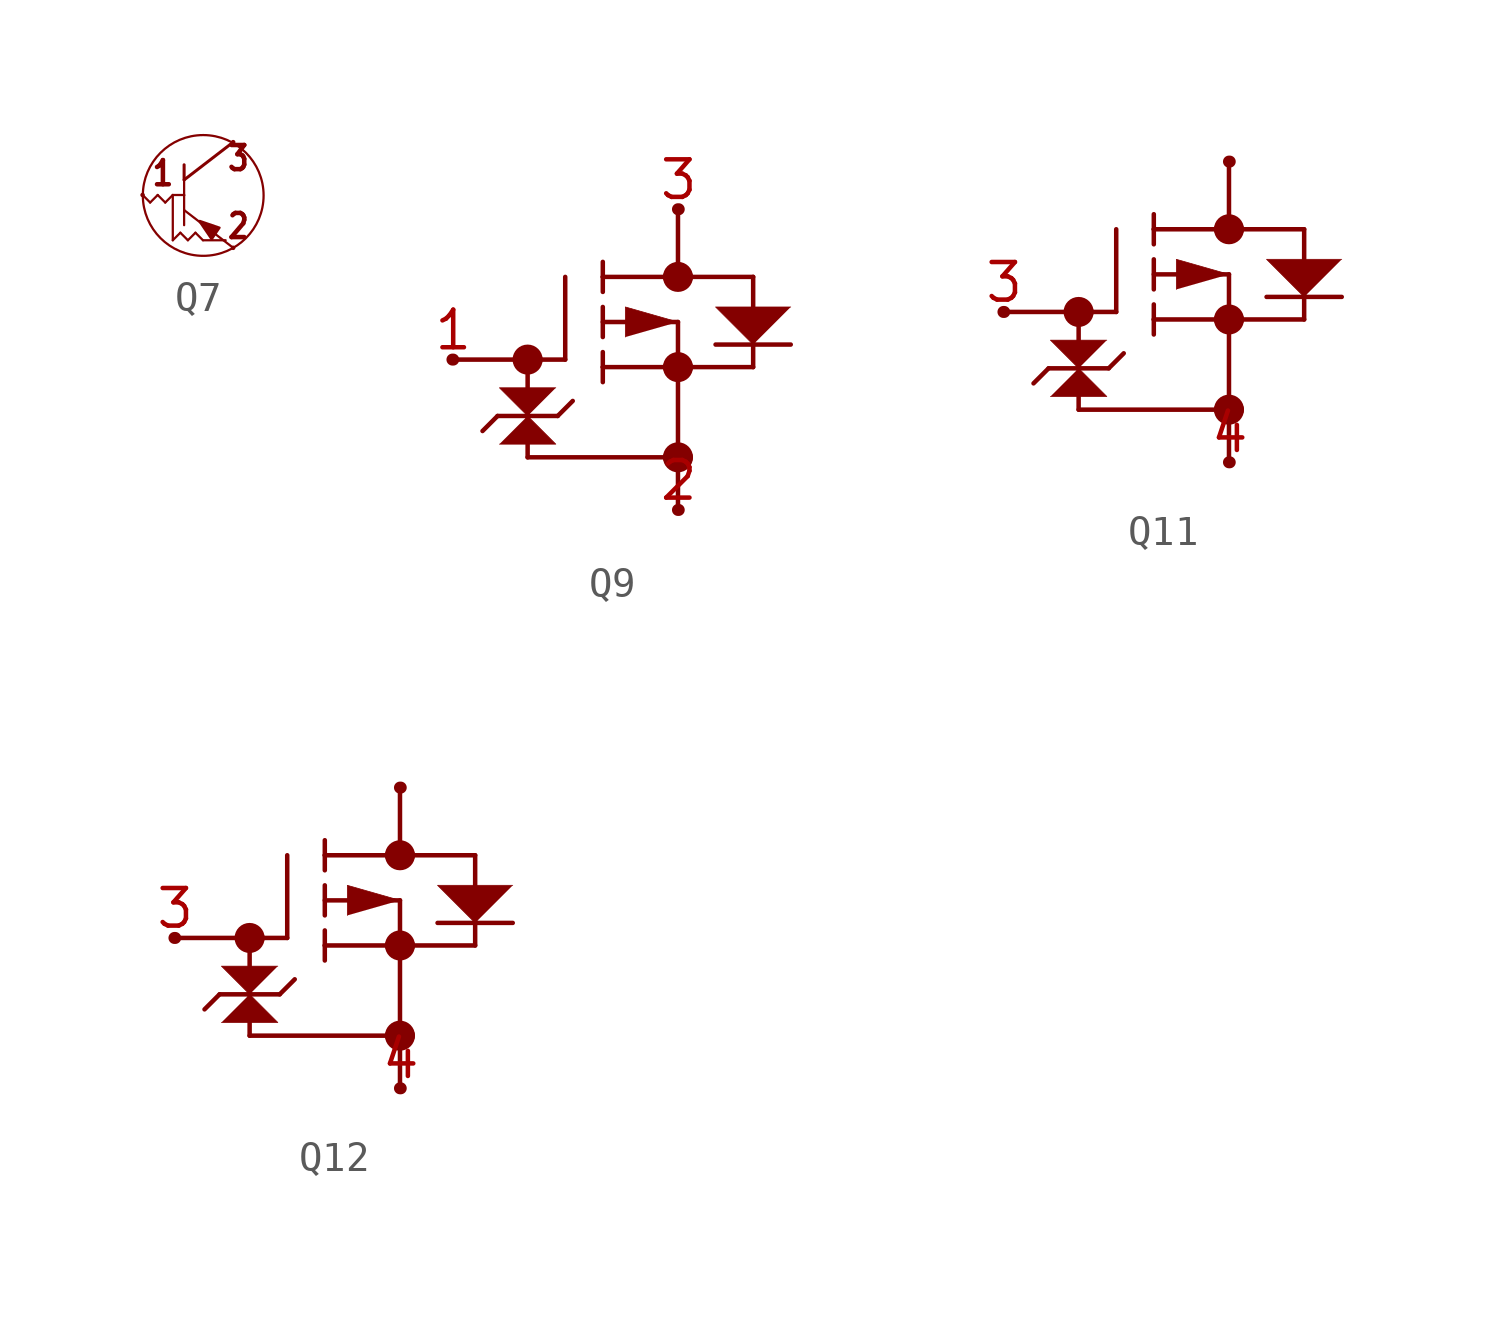
<source format=kicad_sym>
(kicad_symbol_lib
  (version 20231120)
  (generator "kicad_symbol_editor")
  (generator_version "8.0")
  (symbol "Q7"
    (property "Reference" ""
      (at -1.778 2.032 0)
      (effects (font (size 1.27 1.079)) (justify left bottom) (hide yes)))
    (property "ki_locked" ""
      (at 0 0 0)
      (effects (font (size 1.27 1.27))))
    (symbol "Q7_1_0"
      (polyline (pts (xy -1.524 -0.254) (xy -1.778 0)) (stroke (width 0.076) (type solid)) (fill (type none)))
      (polyline (pts (xy -1.27 0) (xy -1.524 -0.254)) (stroke (width 0.076) (type solid)) (fill (type none)))
      (polyline (pts (xy -1.016 -0.254) (xy -1.27 0)) (stroke (width 0.076) (type solid)) (fill (type none)))
      (polyline (pts (xy -0.762 -1.524) (xy -0.762 0)) (stroke (width 0.076) (type solid)) (fill (type none)))
      (polyline (pts (xy -0.762 0) (xy -1.016 -0.254)) (stroke (width 0.076) (type solid)) (fill (type none)))
      (polyline (pts (xy -0.762 0) (xy -0.381 0)) (stroke (width 0.076) (type solid)) (fill (type none)))
      (polyline (pts (xy -0.508 -1.27) (xy -0.762 -1.524)) (stroke (width 0.076) (type solid)) (fill (type none)))
      (polyline (pts (xy -0.381 -0.508) (xy -0.381 -1.016)) (stroke (width 0.076) (type solid)) (fill (type none)))
      (polyline (pts (xy -0.381 -0.508) (xy 1.27 -1.778)) (stroke (width 0.076) (type solid)) (fill (type none)))
      (polyline (pts (xy -0.381 -0.016) (xy -0.381 -0.508)) (stroke (width 0.076) (type solid)) (fill (type none)))
      (polyline (pts (xy -0.381 0) (xy -0.381 -0.016)) (stroke (width 0.076) (type solid)) (fill (type none)))
      (polyline (pts (xy -0.381 0.508) (xy -0.381 0)) (stroke (width 0.076) (type solid)) (fill (type none)))
      (polyline (pts (xy -0.381 0.508) (xy 1.27 1.778)) (stroke (width 0.102) (type solid)) (fill (type none)))
      (polyline (pts (xy -0.381 1.016) (xy -0.381 0.508)) (stroke (width 0.102) (type solid)) (fill (type none)))
      (polyline (pts (xy -0.254 -1.524) (xy -0.508 -1.27)) (stroke (width 0.076) (type solid)) (fill (type none)))
      (polyline (pts (xy 0 -1.27) (xy -0.254 -1.524)) (stroke (width 0.076) (type solid)) (fill (type none)))
      (polyline (pts (xy 0.254 -1.524) (xy 0 -1.27)) (stroke (width 0.076) (type solid)) (fill (type none)))
      (polyline (pts (xy 1.016 -1.524) (xy 0.254 -1.524)) (stroke (width 0.076) (type solid)) (fill (type none)))
      (polyline (pts (xy 0.13 -0.881) (xy 0.546 -1.493) (xy 0.812 -1.101) (xy 0.146 -0.873)) (stroke (width 0.076) (type solid)) (fill (type outline)))
      (circle (center 0.262 -0.016) (radius 2.032) (stroke (width 0.076) (type solid)) (fill (type none)))
      (text "1" (at -1.524 0.254 0) (effects (font (size 0.813 0.691)) (justify left bottom)))
      (text "2" (at 1.016 -1.524 0) (effects (font (size 0.813 0.691)) (justify left bottom)))
      (text "3" (at 1.016 0.762 0) (effects (font (size 0.813 0.691)) (justify left bottom)))
      (pin bidirectional line (at -1.778 0 0) (length 0) (name "1" (effects (font (size 0 0)))) (number "1" (effects (font (size 0 0)))))
      (pin bidirectional line (at 1.27 -1.778 0) (length 0) (name "2" (effects (font (size 0 0)))) (number "2" (effects (font (size 0 0)))))
      (pin bidirectional line (at 1.27 1.778 0) (length 0) (name "3" (effects (font (size 0 0)))) (number "3" (effects (font (size 0 0)))))))
  (symbol "Q9"
    (property "Reference" ""
      (at -2.896 3.175 0)
      (effects (font (size 1.27 1.079)) (justify left bottom) (hide yes)))
    (property "Value" ""
      (at -2.896 1.27 0)
      (effects (font (size 1.27 1.079)) (justify left bottom)))
    (property "ki_locked" ""
      (at 0 0 0)
      (effects (font (size 1.27 1.27))))
    (symbol "Q9_1_0"
      (arc (start -0.2794 -2.54) (mid -0.0254 -2.794) (end 0.2286 -2.54) (stroke (width 0.508) (type solid)) (fill (type none)))
      (polyline (pts (xy -2.565 -2.54) (xy -0.279 -2.54)) (stroke (width 0.152) (type solid)) (fill (type none)))
      (polyline (pts (xy -2.54 -2.54) (xy -2.565 -2.54)) (stroke (width 0.406) (type solid)) (fill (type none)))
      (polyline (pts (xy -1.041 -4.445) (xy -1.549 -4.953)) (stroke (width 0.152) (type solid)) (fill (type none)))
      (polyline (pts (xy -1.041 -4.445) (xy 0.991 -4.445)) (stroke (width 0.152) (type solid)) (fill (type none)))
      (polyline (pts (xy -0.279 -2.54) (xy -0.025 -2.54)) (stroke (width 0.152) (type solid)) (fill (type none)))
      (polyline (pts (xy -0.025 -5.842) (xy 4.801 -5.842)) (stroke (width 0.152) (type solid)) (fill (type none)))
      (polyline (pts (xy -0.025 -2.54) (xy -0.025 -5.842)) (stroke (width 0.152) (type solid)) (fill (type none)))
      (polyline (pts (xy -0.025 -2.54) (xy 0.229 -2.54)) (stroke (width 0.152) (type solid)) (fill (type none)))
      (polyline (pts (xy 0.229 -2.54) (xy 1.245 -2.54)) (stroke (width 0.152) (type solid)) (fill (type none)))
      (polyline (pts (xy 0.991 -4.445) (xy 1.499 -3.937)) (stroke (width 0.152) (type solid)) (fill (type none)))
      (polyline (pts (xy 1.245 -2.54) (xy 1.245 0.254)) (stroke (width 0.152) (type solid)) (fill (type none)))
      (polyline (pts (xy 2.515 -3.302) (xy 2.515 -2.794)) (stroke (width 0.152) (type solid)) (fill (type none)))
      (polyline (pts (xy 2.515 -2.794) (xy 2.515 -2.286)) (stroke (width 0.152) (type solid)) (fill (type none)))
      (polyline (pts (xy 2.515 -2.794) (xy 4.801 -2.794)) (stroke (width 0.152) (type solid)) (fill (type none)))
      (polyline (pts (xy 2.515 -1.778) (xy 2.515 -0.762)) (stroke (width 0.152) (type solid)) (fill (type none)))
      (polyline (pts (xy 2.515 -1.27) (xy 5.055 -1.27)) (stroke (width 0.152) (type solid)) (fill (type none)))
      (polyline (pts (xy 2.515 -0.254) (xy 2.515 0.254)) (stroke (width 0.152) (type solid)) (fill (type none)))
      (polyline (pts (xy 2.515 0.254) (xy 2.515 0.762)) (stroke (width 0.152) (type solid)) (fill (type none)))
      (polyline (pts (xy 4.801 -5.842) (xy 5.055 -5.842)) (stroke (width 0.152) (type solid)) (fill (type none)))
      (polyline (pts (xy 4.801 -2.794) (xy 5.309 -2.794)) (stroke (width 0.152) (type solid)) (fill (type none)))
      (polyline (pts (xy 4.801 0.254) (xy 2.515 0.254)) (stroke (width 0.152) (type solid)) (fill (type none)))
      (polyline (pts (xy 5.055 -5.842) (xy 5.055 -7.62)) (stroke (width 0.152) (type solid)) (fill (type none)))
      (polyline (pts (xy 5.055 -1.27) (xy 5.055 -5.842)) (stroke (width 0.152) (type solid)) (fill (type none)))
      (polyline (pts (xy 5.055 0.254) (xy 4.801 0.254)) (stroke (width 0.152) (type solid)) (fill (type none)))
      (polyline (pts (xy 5.055 2.54) (xy 5.055 0.254)) (stroke (width 0.152) (type solid)) (fill (type none)))
      (polyline (pts (xy 5.08 -7.62) (xy 5.055 -7.62)) (stroke (width 0.406) (type solid)) (fill (type none)))
      (polyline (pts (xy 5.08 2.54) (xy 5.055 2.54)) (stroke (width 0.406) (type solid)) (fill (type none)))
      (polyline (pts (xy 5.309 -2.794) (xy 7.595 -2.794)) (stroke (width 0.152) (type solid)) (fill (type none)))
      (polyline (pts (xy 5.309 0.254) (xy 5.055 0.254)) (stroke (width 0.152) (type solid)) (fill (type none)))
      (polyline (pts (xy 6.325 -2.032) (xy 8.865 -2.032)) (stroke (width 0.152) (type solid)) (fill (type none)))
      (polyline (pts (xy 7.595 0.254) (xy 5.309 0.254)) (stroke (width 0.152) (type solid)) (fill (type none)))
      (polyline (pts (xy 7.595 0.254) (xy 7.595 -2.794)) (stroke (width 0.152) (type solid)) (fill (type none)))
      (polyline (pts (xy -0.978 -5.397) (xy 0.927 -5.397) (xy -0.025 -4.445)) (stroke (width 0.025) (type solid)) (fill (type outline)))
      (polyline (pts (xy 0.927 -3.493) (xy -0.978 -3.493) (xy -0.025 -4.445)) (stroke (width 0.025) (type solid)) (fill (type outline)))
      (polyline (pts (xy 5.055 -1.27) (xy 3.277 -0.762) (xy 3.277 -1.778)) (stroke (width 0.025) (type solid)) (fill (type outline)))
      (polyline (pts (xy 8.865 -0.762) (xy 6.325 -0.762) (xy 7.595 -2.032)) (stroke (width 0.025) (type solid)) (fill (type outline)))
      (arc (start 0.2286 -2.54) (mid -0.0254 -2.286) (end -0.2794 -2.54) (stroke (width 0.508) (type solid)) (fill (type none)))
      (arc (start 4.8006 -5.842) (mid 5.0546 -6.096) (end 5.3086 -5.842) (stroke (width 0.508) (type solid)) (fill (type none)))
      (arc (start 4.8006 -2.794) (mid 5.0546 -3.048) (end 5.3086 -2.794) (stroke (width 0.508) (type solid)) (fill (type none)))
      (arc (start 4.8006 0.254) (mid 5.0546 0) (end 5.3086 0.254) (stroke (width 0.508) (type solid)) (fill (type none)))
      (arc (start 5.3086 -5.842) (mid 5.0546 -5.588) (end 4.8006 -5.842) (stroke (width 0.508) (type solid)) (fill (type none)))
      (arc (start 5.3086 -2.794) (mid 5.0546 -2.54) (end 4.8006 -2.794) (stroke (width 0.508) (type solid)) (fill (type none)))
      (arc (start 5.3086 0.254) (mid 5.0546 0.508) (end 4.8006 0.254) (stroke (width 0.508) (type solid)) (fill (type none)))
      (pin passive line (at -2.54 -2.54 180) (length 0) (name "1" (effects (font (size 0 0)))) (number "1" (effects (font (size 1.27 1.27)))))
      (pin passive line (at 5.08 -7.62 180) (length 0) (name "2" (effects (font (size 0 0)))) (number "2" (effects (font (size 1.27 1.27)))))
      (pin passive line (at 5.08 2.54 180) (length 0) (name "3" (effects (font (size 0 0)))) (number "3" (effects (font (size 1.27 1.27)))))))
  (symbol "Q11"
    (property "Reference" ""
      (at -5.436 3.175 0)
      (effects (font (size 1.27 1.079)) (justify left bottom) (hide yes)))
    (property "Value" ""
      (at -5.436 1.27 0)
      (effects (font (size 1.27 1.079)) (justify left bottom)))
    (property "ki_locked" ""
      (at 0 0 0)
      (effects (font (size 1.27 1.27))))
    (symbol "Q11_1_0"
      (arc (start -2.8194 -2.54) (mid -2.5654 -2.794) (end -2.3114 -2.54) (stroke (width 0.508) (type solid)) (fill (type none)))
      (arc (start -2.3114 -2.54) (mid -2.5654 -2.286) (end -2.8194 -2.54) (stroke (width 0.508) (type solid)) (fill (type none)))
      (polyline (pts (xy -5.105 -2.54) (xy -2.819 -2.54)) (stroke (width 0.152) (type solid)) (fill (type none)))
      (polyline (pts (xy -5.08 -2.54) (xy -5.105 -2.54)) (stroke (width 0.406) (type solid)) (fill (type none)))
      (polyline (pts (xy -3.581 -4.445) (xy -4.089 -4.953)) (stroke (width 0.152) (type solid)) (fill (type none)))
      (polyline (pts (xy -3.581 -4.445) (xy -1.549 -4.445)) (stroke (width 0.152) (type solid)) (fill (type none)))
      (polyline (pts (xy -2.819 -2.54) (xy -2.565 -2.54)) (stroke (width 0.152) (type solid)) (fill (type none)))
      (polyline (pts (xy -2.565 -5.842) (xy 2.261 -5.842)) (stroke (width 0.152) (type solid)) (fill (type none)))
      (polyline (pts (xy -2.565 -2.54) (xy -2.565 -5.842)) (stroke (width 0.152) (type solid)) (fill (type none)))
      (polyline (pts (xy -2.565 -2.54) (xy -2.311 -2.54)) (stroke (width 0.152) (type solid)) (fill (type none)))
      (polyline (pts (xy -2.311 -2.54) (xy -1.295 -2.54)) (stroke (width 0.152) (type solid)) (fill (type none)))
      (polyline (pts (xy -1.549 -4.445) (xy -1.041 -3.937)) (stroke (width 0.152) (type solid)) (fill (type none)))
      (polyline (pts (xy -1.295 -2.54) (xy -1.295 0.254)) (stroke (width 0.152) (type solid)) (fill (type none)))
      (polyline (pts (xy -0.025 -3.302) (xy -0.025 -2.794)) (stroke (width 0.152) (type solid)) (fill (type none)))
      (polyline (pts (xy -0.025 -2.794) (xy -0.025 -2.286)) (stroke (width 0.152) (type solid)) (fill (type none)))
      (polyline (pts (xy -0.025 -2.794) (xy 2.261 -2.794)) (stroke (width 0.152) (type solid)) (fill (type none)))
      (polyline (pts (xy -0.025 -1.778) (xy -0.025 -0.762)) (stroke (width 0.152) (type solid)) (fill (type none)))
      (polyline (pts (xy -0.025 -1.27) (xy 2.515 -1.27)) (stroke (width 0.152) (type solid)) (fill (type none)))
      (polyline (pts (xy -0.025 -0.254) (xy -0.025 0.254)) (stroke (width 0.152) (type solid)) (fill (type none)))
      (polyline (pts (xy -0.025 0.254) (xy -0.025 0.762)) (stroke (width 0.152) (type solid)) (fill (type none)))
      (polyline (pts (xy 2.261 -5.842) (xy 2.515 -5.842)) (stroke (width 0.152) (type solid)) (fill (type none)))
      (polyline (pts (xy 2.261 -2.794) (xy 2.769 -2.794)) (stroke (width 0.152) (type solid)) (fill (type none)))
      (polyline (pts (xy 2.261 0.254) (xy -0.025 0.254)) (stroke (width 0.152) (type solid)) (fill (type none)))
      (polyline (pts (xy 2.515 -5.842) (xy 2.515 -7.62)) (stroke (width 0.152) (type solid)) (fill (type none)))
      (polyline (pts (xy 2.515 -1.27) (xy 2.515 -5.842)) (stroke (width 0.152) (type solid)) (fill (type none)))
      (polyline (pts (xy 2.515 0.254) (xy 2.261 0.254)) (stroke (width 0.152) (type solid)) (fill (type none)))
      (polyline (pts (xy 2.515 2.54) (xy 2.515 0.254)) (stroke (width 0.152) (type solid)) (fill (type none)))
      (polyline (pts (xy 2.54 -7.62) (xy 2.515 -7.62)) (stroke (width 0.406) (type solid)) (fill (type none)))
      (polyline (pts (xy 2.54 2.54) (xy 2.515 2.54)) (stroke (width 0.406) (type solid)) (fill (type none)))
      (polyline (pts (xy 2.769 -2.794) (xy 5.055 -2.794)) (stroke (width 0.152) (type solid)) (fill (type none)))
      (polyline (pts (xy 2.769 0.254) (xy 2.515 0.254)) (stroke (width 0.152) (type solid)) (fill (type none)))
      (polyline (pts (xy 3.785 -2.032) (xy 6.325 -2.032)) (stroke (width 0.152) (type solid)) (fill (type none)))
      (polyline (pts (xy 5.055 0.254) (xy 2.769 0.254)) (stroke (width 0.152) (type solid)) (fill (type none)))
      (polyline (pts (xy 5.055 0.254) (xy 5.055 -2.794)) (stroke (width 0.152) (type solid)) (fill (type none)))
      (polyline (pts (xy -3.518 -5.397) (xy -1.613 -5.397) (xy -2.565 -4.445)) (stroke (width 0.025) (type solid)) (fill (type outline)))
      (polyline (pts (xy -1.613 -3.493) (xy -3.518 -3.493) (xy -2.565 -4.445)) (stroke (width 0.025) (type solid)) (fill (type outline)))
      (polyline (pts (xy 2.515 -1.27) (xy 0.737 -0.762) (xy 0.737 -1.778)) (stroke (width 0.025) (type solid)) (fill (type outline)))
      (polyline (pts (xy 6.325 -0.762) (xy 3.785 -0.762) (xy 5.055 -2.032)) (stroke (width 0.025) (type solid)) (fill (type outline)))
      (arc (start 2.2606 -5.842) (mid 2.5146 -6.096) (end 2.7686 -5.842) (stroke (width 0.508) (type solid)) (fill (type none)))
      (arc (start 2.2606 -2.794) (mid 2.5146 -3.048) (end 2.7686 -2.794) (stroke (width 0.508) (type solid)) (fill (type none)))
      (arc (start 2.2606 0.254) (mid 2.5146 0) (end 2.7686 0.254) (stroke (width 0.508) (type solid)) (fill (type none)))
      (arc (start 2.7686 -5.842) (mid 2.5146 -5.588) (end 2.2606 -5.842) (stroke (width 0.508) (type solid)) (fill (type none)))
      (arc (start 2.7686 -2.794) (mid 2.5146 -2.54) (end 2.2606 -2.794) (stroke (width 0.508) (type solid)) (fill (type none)))
      (arc (start 2.7686 0.254) (mid 2.5146 0.508) (end 2.2606 0.254) (stroke (width 0.508) (type solid)) (fill (type none)))
      (pin passive line (at 2.54 2.54 180) (length 0) (name "D" (effects (font (size 0 0)))) (number "1" (effects (font (size 0 0)))))
      (pin passive line (at 2.54 2.54 180) (length 0) (name "D" (effects (font (size 0 0)))) (number "2" (effects (font (size 0 0)))))
      (pin passive line (at -5.08 -2.54 180) (length 0) (name "G" (effects (font (size 0 0)))) (number "3" (effects (font (size 1.27 1.27)))))
      (pin passive line (at 2.54 -7.62 180) (length 0) (name "S" (effects (font (size 0 0)))) (number "4" (effects (font (size 1.27 1.27)))))
      (pin passive line (at 2.54 2.54 180) (length 0) (name "D" (effects (font (size 0 0)))) (number "5" (effects (font (size 0 0)))))
      (pin passive line (at 2.54 2.54 180) (length 0) (name "D" (effects (font (size 0 0)))) (number "6" (effects (font (size 0 0)))))))
  (symbol "Q12"
    (property "Reference" ""
      (at -1.6 3.175 0)
      (effects (font (size 1.27 1.079)) (justify left bottom) (hide yes)))
    (property "Value" ""
      (at -5.436 1.27 0)
      (effects (font (size 1.27 1.079)) (justify left bottom)))
    (property "ki_locked" ""
      (at 0 0 0)
      (effects (font (size 1.27 1.27))))
    (symbol "Q12_1_0"
      (arc (start -2.8194 -2.54) (mid -2.5654 -2.794) (end -2.3114 -2.54) (stroke (width 0.508) (type solid)) (fill (type none)))
      (arc (start -2.3114 -2.54) (mid -2.5654 -2.286) (end -2.8194 -2.54) (stroke (width 0.508) (type solid)) (fill (type none)))
      (polyline (pts (xy -5.105 -2.54) (xy -2.819 -2.54)) (stroke (width 0.152) (type solid)) (fill (type none)))
      (polyline (pts (xy -5.08 -2.54) (xy -5.105 -2.54)) (stroke (width 0.406) (type solid)) (fill (type none)))
      (polyline (pts (xy -3.581 -4.445) (xy -4.089 -4.953)) (stroke (width 0.152) (type solid)) (fill (type none)))
      (polyline (pts (xy -3.581 -4.445) (xy -1.549 -4.445)) (stroke (width 0.152) (type solid)) (fill (type none)))
      (polyline (pts (xy -2.819 -2.54) (xy -2.565 -2.54)) (stroke (width 0.152) (type solid)) (fill (type none)))
      (polyline (pts (xy -2.565 -5.842) (xy 2.261 -5.842)) (stroke (width 0.152) (type solid)) (fill (type none)))
      (polyline (pts (xy -2.565 -2.54) (xy -2.565 -5.842)) (stroke (width 0.152) (type solid)) (fill (type none)))
      (polyline (pts (xy -2.565 -2.54) (xy -2.311 -2.54)) (stroke (width 0.152) (type solid)) (fill (type none)))
      (polyline (pts (xy -2.311 -2.54) (xy -1.295 -2.54)) (stroke (width 0.152) (type solid)) (fill (type none)))
      (polyline (pts (xy -1.549 -4.445) (xy -1.041 -3.937)) (stroke (width 0.152) (type solid)) (fill (type none)))
      (polyline (pts (xy -1.295 -2.54) (xy -1.295 0.254)) (stroke (width 0.152) (type solid)) (fill (type none)))
      (polyline (pts (xy -0.025 -3.302) (xy -0.025 -2.794)) (stroke (width 0.152) (type solid)) (fill (type none)))
      (polyline (pts (xy -0.025 -2.794) (xy -0.025 -2.286)) (stroke (width 0.152) (type solid)) (fill (type none)))
      (polyline (pts (xy -0.025 -2.794) (xy 2.261 -2.794)) (stroke (width 0.152) (type solid)) (fill (type none)))
      (polyline (pts (xy -0.025 -1.778) (xy -0.025 -0.762)) (stroke (width 0.152) (type solid)) (fill (type none)))
      (polyline (pts (xy -0.025 -1.27) (xy 2.515 -1.27)) (stroke (width 0.152) (type solid)) (fill (type none)))
      (polyline (pts (xy -0.025 -0.254) (xy -0.025 0.254)) (stroke (width 0.152) (type solid)) (fill (type none)))
      (polyline (pts (xy -0.025 0.254) (xy -0.025 0.762)) (stroke (width 0.152) (type solid)) (fill (type none)))
      (polyline (pts (xy 2.261 -5.842) (xy 2.515 -5.842)) (stroke (width 0.152) (type solid)) (fill (type none)))
      (polyline (pts (xy 2.261 -2.794) (xy 2.769 -2.794)) (stroke (width 0.152) (type solid)) (fill (type none)))
      (polyline (pts (xy 2.261 0.254) (xy -0.025 0.254)) (stroke (width 0.152) (type solid)) (fill (type none)))
      (polyline (pts (xy 2.515 -5.842) (xy 2.515 -7.62)) (stroke (width 0.152) (type solid)) (fill (type none)))
      (polyline (pts (xy 2.515 -1.27) (xy 2.515 -5.842)) (stroke (width 0.152) (type solid)) (fill (type none)))
      (polyline (pts (xy 2.515 0.254) (xy 2.261 0.254)) (stroke (width 0.152) (type solid)) (fill (type none)))
      (polyline (pts (xy 2.515 2.54) (xy 2.515 0.254)) (stroke (width 0.152) (type solid)) (fill (type none)))
      (polyline (pts (xy 2.54 -7.62) (xy 2.515 -7.62)) (stroke (width 0.406) (type solid)) (fill (type none)))
      (polyline (pts (xy 2.54 2.54) (xy 2.515 2.54)) (stroke (width 0.406) (type solid)) (fill (type none)))
      (polyline (pts (xy 2.769 -2.794) (xy 5.055 -2.794)) (stroke (width 0.152) (type solid)) (fill (type none)))
      (polyline (pts (xy 2.769 0.254) (xy 2.515 0.254)) (stroke (width 0.152) (type solid)) (fill (type none)))
      (polyline (pts (xy 3.785 -2.032) (xy 6.325 -2.032)) (stroke (width 0.152) (type solid)) (fill (type none)))
      (polyline (pts (xy 5.055 0.254) (xy 2.769 0.254)) (stroke (width 0.152) (type solid)) (fill (type none)))
      (polyline (pts (xy 5.055 0.254) (xy 5.055 -2.794)) (stroke (width 0.152) (type solid)) (fill (type none)))
      (polyline (pts (xy -3.518 -5.397) (xy -1.613 -5.397) (xy -2.565 -4.445)) (stroke (width 0.025) (type solid)) (fill (type outline)))
      (polyline (pts (xy -1.613 -3.493) (xy -3.518 -3.493) (xy -2.565 -4.445)) (stroke (width 0.025) (type solid)) (fill (type outline)))
      (polyline (pts (xy 2.515 -1.27) (xy 0.737 -0.762) (xy 0.737 -1.778)) (stroke (width 0.025) (type solid)) (fill (type outline)))
      (polyline (pts (xy 6.325 -0.762) (xy 3.785 -0.762) (xy 5.055 -2.032)) (stroke (width 0.025) (type solid)) (fill (type outline)))
      (arc (start 2.2606 -5.842) (mid 2.5146 -6.096) (end 2.7686 -5.842) (stroke (width 0.508) (type solid)) (fill (type none)))
      (arc (start 2.2606 -2.794) (mid 2.5146 -3.048) (end 2.7686 -2.794) (stroke (width 0.508) (type solid)) (fill (type none)))
      (arc (start 2.2606 0.254) (mid 2.5146 0) (end 2.7686 0.254) (stroke (width 0.508) (type solid)) (fill (type none)))
      (arc (start 2.7686 -5.842) (mid 2.5146 -5.588) (end 2.2606 -5.842) (stroke (width 0.508) (type solid)) (fill (type none)))
      (arc (start 2.7686 -2.794) (mid 2.5146 -2.54) (end 2.2606 -2.794) (stroke (width 0.508) (type solid)) (fill (type none)))
      (arc (start 2.7686 0.254) (mid 2.5146 0.508) (end 2.2606 0.254) (stroke (width 0.508) (type solid)) (fill (type none)))
      (pin passive line (at 2.54 2.54 180) (length 0) (name "D" (effects (font (size 0 0)))) (number "1" (effects (font (size 0 0)))))
      (pin passive line (at 2.54 2.54 180) (length 0) (name "D" (effects (font (size 0 0)))) (number "2" (effects (font (size 0 0)))))
      (pin passive line (at -5.08 -2.54 180) (length 0) (name "G" (effects (font (size 0 0)))) (number "3" (effects (font (size 1.27 1.27)))))
      (pin passive line (at 2.54 -7.62 180) (length 0) (name "S" (effects (font (size 0 0)))) (number "4" (effects (font (size 1.27 1.27)))))
      (pin passive line (at 2.54 2.54 180) (length 0) (name "D" (effects (font (size 0 0)))) (number "5" (effects (font (size 0 0)))))
      (pin passive line (at 2.54 2.54 180) (length 0) (name "D" (effects (font (size 0 0)))) (number "6" (effects (font (size 0 0))))))))
</source>
